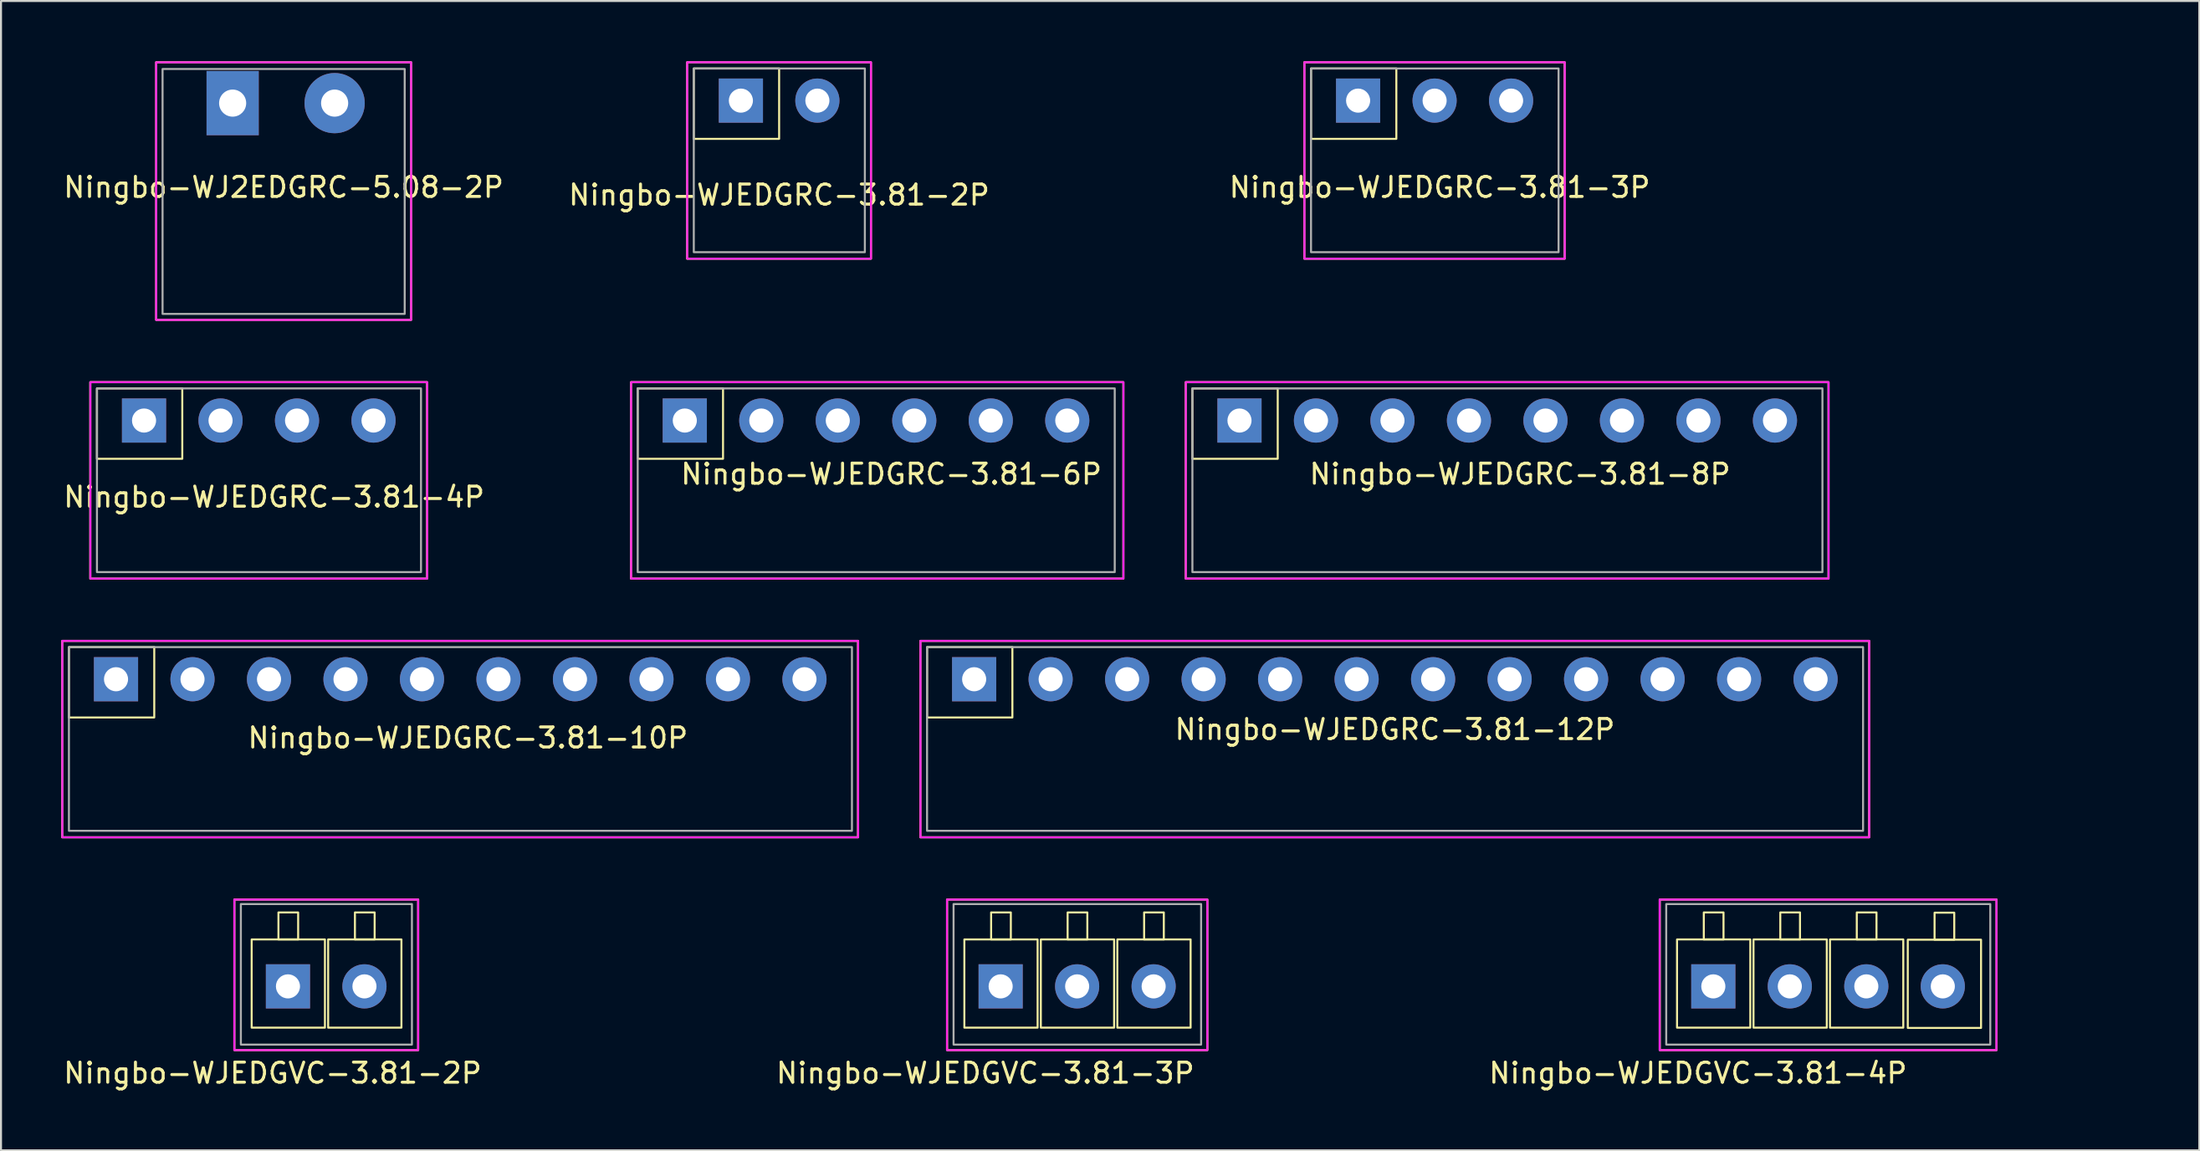
<source format=kicad_pcb>
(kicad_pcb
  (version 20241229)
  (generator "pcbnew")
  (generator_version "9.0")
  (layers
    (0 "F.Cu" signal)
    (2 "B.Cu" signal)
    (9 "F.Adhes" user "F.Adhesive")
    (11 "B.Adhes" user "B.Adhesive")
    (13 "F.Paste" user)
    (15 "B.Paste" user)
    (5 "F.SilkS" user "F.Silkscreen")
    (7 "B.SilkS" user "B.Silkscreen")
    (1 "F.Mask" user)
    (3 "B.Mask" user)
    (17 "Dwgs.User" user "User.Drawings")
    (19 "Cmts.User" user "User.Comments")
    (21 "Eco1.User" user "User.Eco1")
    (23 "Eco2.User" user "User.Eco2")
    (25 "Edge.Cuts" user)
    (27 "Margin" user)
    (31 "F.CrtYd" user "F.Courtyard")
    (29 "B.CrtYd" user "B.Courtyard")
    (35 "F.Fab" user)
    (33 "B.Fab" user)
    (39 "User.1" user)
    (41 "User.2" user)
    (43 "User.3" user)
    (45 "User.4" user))
  (footprint "Ningbo-WJEDGRC-3.81-12P"
    (layer "F.Cu")
    (at 66.424 30.781)
    (property "Reference" "Ningbo-WJEDGRC-3.81-12P" (at 0 2.5 0) (layer "F.SilkS") (effects (font (size 1 1) (thickness 0.15))))
    (attr through_hole)
    (fp_rect (start -23.633 -1.911) (end 23.622 7.874) (stroke (width 0.1) (type default)) (fill no) (layer "F.SilkS"))
    (fp_rect (start -23.3 -1.6) (end -19.05 1.905) (stroke (width 0.1) (type default)) (fill no) (layer "F.SilkS"))
    (fp_rect (start -23.628 -1.911) (end 23.628 7.874) (stroke (width 0.1) (type default)) (fill no) (layer "F.CrtYd"))
    (fp_rect (start -23.3 -1.6) (end 23.32 7.55) (stroke (width 0.1) (type default)) (fill no) (layer "F.Fab"))
    (pad "1" thru_hole rect (at -20.955 0) (size 2.2 2.2) (drill 1.2) (layers "*.Cu" "*.Mask"))
    (pad "2" thru_hole circle (at -17.145 0) (size 2.2 2.2) (drill 1.2) (layers "*.Cu" "*.Mask"))
    (pad "3" thru_hole circle (at -13.335 0) (size 2.2 2.2) (drill 1.2) (layers "*.Cu" "*.Mask"))
    (pad "4" thru_hole circle (at -9.525 0) (size 2.2 2.2) (drill 1.2) (layers "*.Cu" "*.Mask"))
    (pad "5" thru_hole circle (at -5.715 0) (size 2.2 2.2) (drill 1.2) (layers "*.Cu" "*.Mask"))
    (pad "6" thru_hole circle (at -1.905 0) (size 2.2 2.2) (drill 1.2) (layers "*.Cu" "*.Mask"))
    (pad "7" thru_hole circle (at 1.905 0) (size 2.2 2.2) (drill 1.2) (layers "*.Cu" "*.Mask"))
    (pad "8" thru_hole circle (at 5.715 0) (size 2.2 2.2) (drill 1.2) (layers "*.Cu" "*.Mask"))
    (pad "9" thru_hole circle (at 9.525 0) (size 2.2 2.2) (drill 1.2) (layers "*.Cu" "*.Mask"))
    (pad "10" thru_hole circle (at 13.335 0) (size 2.2 2.2) (drill 1.2) (layers "*.Cu" "*.Mask"))
    (pad "11" thru_hole circle (at 17.145 0) (size 2.2 2.2) (drill 1.2) (layers "*.Cu" "*.Mask"))
    (pad "12" thru_hole circle (at 20.955 0) (size 2.2 2.2) (drill 1.2) (layers "*.Cu" "*.Mask")))
  (footprint "Ningbo-WJ2EDGRC-5.08-2P"
    (layer "F.Cu")
    (at 11.077 2.086)
    (property "Reference" "Ningbo-WJ2EDGRC-5.08-2P" (at 0 4.191 0) (layer "F.SilkS") (effects (font (size 1 1) (thickness 0.15))))
    (attr through_hole)
    (fp_rect (start -6.35 -2.036) (end 6.35 10.795) (stroke (width 0.1) (type default)) (fill no) (layer "F.SilkS"))
    (fp_rect (start -6.35 -2.032) (end 6.35 10.799) (stroke (width 0.1) (type default)) (fill no) (layer "F.CrtYd"))
    (fp_rect (start -6.03 -1.7) (end 6.03 10.5) (stroke (width 0.1) (type default)) (fill no) (layer "F.Fab"))
    (pad "1" thru_hole rect (at -2.54 0) (size 2.6 3.2) (drill 1.35) (layers "*.Cu" "*.Mask"))
    (pad "2" thru_hole circle (at 2.54 0) (size 3 3) (drill 1.35) (layers "*.Cu" "*.Mask")))
  (footprint "Ningbo-WJEDGRC-3.81-4P"
    (layer "F.Cu")
    (at 25.079 17.896)
    (property "Reference" "Ningbo-WJEDGRC-3.81-4P" (at -14.478 3.81 0) (layer "F.SilkS") (effects (font (size 1 1) (thickness 0.15))))
    (attr through_hole)
    (fp_rect (start -23.633 -1.911) (end -6.858 7.874) (stroke (width 0.1) (type default)) (fill no) (layer "F.SilkS"))
    (fp_rect (start -23.3 -1.6) (end -19.05 1.905) (stroke (width 0.1) (type default)) (fill no) (layer "F.SilkS"))
    (fp_rect (start -23.628 -1.911) (end -6.853 7.874) (stroke (width 0.1) (type default)) (fill no) (layer "F.CrtYd"))
    (fp_rect (start -23.3 -1.6) (end -7.16 7.55) (stroke (width 0.1) (type default)) (fill no) (layer "F.Fab"))
    (pad "1" thru_hole rect (at -20.955 0) (size 2.2 2.2) (drill 1.2) (layers "*.Cu" "*.Mask"))
    (pad "2" thru_hole circle (at -17.145 0) (size 2.2 2.2) (drill 1.2) (layers "*.Cu" "*.Mask"))
    (pad "3" thru_hole circle (at -13.335 0) (size 2.2 2.2) (drill 1.2) (layers "*.Cu" "*.Mask"))
    (pad "4" thru_hole circle (at -9.525 0) (size 2.2 2.2) (drill 1.2) (layers "*.Cu" "*.Mask")))
  (footprint "Ningbo-WJEDGVC-3.81-4P"
    (layer "F.Cu")
    (at 103.24 46.079)
    (property "Reference" "Ningbo-WJEDGVC-3.81-4P" (at -21.717 4.318 0) (layer "F.SilkS") (effects (font (size 1 1) (thickness 0.15))))
    (attr through_hole)
    (fp_rect (start -23.622 -4.324) (end -6.847 3.175) (stroke (width 0.1) (type default)) (fill no) (layer "F.SilkS"))
    (fp_rect (start -22.762 -2.337) (end -19.113 2.057) (stroke (width 0.1) (type default)) (fill no) (layer "F.SilkS"))
    (fp_rect (start -21.429 -3.683) (end -20.447 -2.337) (stroke (width 0.1) (type default)) (fill no) (layer "F.SilkS"))
    (fp_rect (start -18.953 -2.337) (end -15.303 2.057) (stroke (width 0.1) (type default)) (fill no) (layer "F.SilkS"))
    (fp_rect (start -17.619 -3.683) (end -16.637 -2.337) (stroke (width 0.1) (type default)) (fill no) (layer "F.SilkS"))
    (fp_rect (start -15.143 -2.337) (end -11.493 2.057) (stroke (width 0.1) (type default)) (fill no) (layer "F.SilkS"))
    (fp_rect (start -13.809 -3.683) (end -12.827 -2.337) (stroke (width 0.1) (type default)) (fill no) (layer "F.SilkS"))
    (fp_rect (start -11.269 -2.324) (end -7.62 2.07) (stroke (width 0.1) (type default)) (fill no) (layer "F.SilkS"))
    (fp_rect (start -9.935 -3.67) (end -8.954 -2.324) (stroke (width 0.1) (type default)) (fill no) (layer "F.SilkS"))
    (fp_rect (start -23.628 -4.324) (end -6.853 3.175) (stroke (width 0.1) (type default)) (fill no) (layer "F.CrtYd"))
    (fp_rect (start -23.3 -4.1) (end -7.16 2.9) (stroke (width 0.1) (type default)) (fill no) (layer "F.Fab"))
    (pad "1" thru_hole rect (at -20.955 0) (size 2.2 2.2) (drill 1.2) (layers "*.Cu" "*.Mask"))
    (pad "2" thru_hole circle (at -17.145 0) (size 2.2 2.2) (drill 1.2) (layers "*.Cu" "*.Mask"))
    (pad "3" thru_hole circle (at -13.335 0) (size 2.2 2.2) (drill 1.2) (layers "*.Cu" "*.Mask"))
    (pad "4" thru_hole circle (at -9.525 0) (size 2.2 2.2) (drill 1.2) (layers "*.Cu" "*.Mask")))
  (footprint "Ningbo-WJEDGRC-3.81-6P"
    (layer "F.Cu")
    (at 52.012 17.896)
    (property "Reference" "Ningbo-WJEDGRC-3.81-6P" (at -10.668 2.667 0) (layer "F.SilkS") (effects (font (size 1 1) (thickness 0.15))))
    (attr through_hole)
    (fp_rect (start -23.633 -1.911) (end 0.889 7.874) (stroke (width 0.1) (type default)) (fill no) (layer "F.SilkS"))
    (fp_rect (start -23.3 -1.6) (end -19.05 1.905) (stroke (width 0.1) (type default)) (fill no) (layer "F.SilkS"))
    (fp_rect (start -23.628 -1.911) (end 0.894 7.874) (stroke (width 0.1) (type default)) (fill no) (layer "F.CrtYd"))
    (fp_rect (start -23.3 -1.6) (end 0.46 7.55) (stroke (width 0.1) (type default)) (fill no) (layer "F.Fab"))
    (pad "1" thru_hole rect (at -20.955 0) (size 2.2 2.2) (drill 1.2) (layers "*.Cu" "*.Mask"))
    (pad "2" thru_hole circle (at -17.145 0) (size 2.2 2.2) (drill 1.2) (layers "*.Cu" "*.Mask"))
    (pad "3" thru_hole circle (at -13.335 0) (size 2.2 2.2) (drill 1.2) (layers "*.Cu" "*.Mask"))
    (pad "4" thru_hole circle (at -9.525 0) (size 2.2 2.2) (drill 1.2) (layers "*.Cu" "*.Mask"))
    (pad "5" thru_hole circle (at -5.715 0) (size 2.2 2.2) (drill 1.2) (layers "*.Cu" "*.Mask"))
    (pad "6" thru_hole circle (at -1.905 0) (size 2.2 2.2) (drill 1.2) (layers "*.Cu" "*.Mask")))
  (footprint "Ningbo-WJEDGVC-3.81-3P"
    (layer "F.Cu")
    (at 67.744 46.079)
    (property "Reference" "Ningbo-WJEDGVC-3.81-3P" (at -21.717 4.318 0) (layer "F.SilkS") (effects (font (size 1 1) (thickness 0.15))))
    (attr through_hole)
    (fp_rect (start -23.622 -4.324) (end -10.657 3.175) (stroke (width 0.1) (type default)) (fill no) (layer "F.SilkS"))
    (fp_rect (start -22.762 -2.337) (end -19.113 2.057) (stroke (width 0.1) (type default)) (fill no) (layer "F.SilkS"))
    (fp_rect (start -21.429 -3.683) (end -20.447 -2.337) (stroke (width 0.1) (type default)) (fill no) (layer "F.SilkS"))
    (fp_rect (start -18.953 -2.337) (end -15.303 2.057) (stroke (width 0.1) (type default)) (fill no) (layer "F.SilkS"))
    (fp_rect (start -17.619 -3.683) (end -16.637 -2.337) (stroke (width 0.1) (type default)) (fill no) (layer "F.SilkS"))
    (fp_rect (start -15.143 -2.337) (end -11.493 2.057) (stroke (width 0.1) (type default)) (fill no) (layer "F.SilkS"))
    (fp_rect (start -13.809 -3.683) (end -12.827 -2.337) (stroke (width 0.1) (type default)) (fill no) (layer "F.SilkS"))
    (fp_rect (start -23.628 -4.324) (end -10.662 3.175) (stroke (width 0.1) (type default)) (fill no) (layer "F.CrtYd"))
    (fp_rect (start -23.3 -4.1) (end -10.97 2.9) (stroke (width 0.1) (type default)) (fill no) (layer "F.Fab"))
    (pad "1" thru_hole rect (at -20.955 0) (size 2.2 2.2) (drill 1.2) (layers "*.Cu" "*.Mask"))
    (pad "2" thru_hole circle (at -17.145 0) (size 2.2 2.2) (drill 1.2) (layers "*.Cu" "*.Mask"))
    (pad "3" thru_hole circle (at -13.335 0) (size 2.2 2.2) (drill 1.2) (layers "*.Cu" "*.Mask")))
  (footprint "Ningbo-WJEDGRC-3.81-2P"
    (layer "F.Cu")
    (at 54.806 1.961)
    (property "Reference" "Ningbo-WJEDGRC-3.81-2P" (at -19.05 4.699 0) (layer "F.SilkS") (effects (font (size 1 1) (thickness 0.15))))
    (attr through_hole)
    (fp_rect (start -23.633 -1.911) (end -14.478 7.874) (stroke (width 0.1) (type default)) (fill no) (layer "F.SilkS"))
    (fp_rect (start -23.3 -1.6) (end -19.05 1.905) (stroke (width 0.1) (type default)) (fill no) (layer "F.SilkS"))
    (fp_rect (start -23.628 -1.911) (end -14.473 7.874) (stroke (width 0.1) (type default)) (fill no) (layer "F.CrtYd"))
    (fp_rect (start -23.3 -1.6) (end -14.78 7.55) (stroke (width 0.1) (type default)) (fill no) (layer "F.Fab"))
    (pad "1" thru_hole rect (at -20.955 0) (size 2.2 2.2) (drill 1.2) (layers "*.Cu" "*.Mask"))
    (pad "2" thru_hole circle (at -17.145 0) (size 2.2 2.2) (drill 1.2) (layers "*.Cu" "*.Mask")))
  (footprint "Ningbo-WJEDGRC-3.81-3P"
    (layer "F.Cu")
    (at 85.548 1.961)
    (property "Reference" "Ningbo-WJEDGRC-3.81-3P" (at -16.891 4.318 0) (layer "F.SilkS") (effects (font (size 1 1) (thickness 0.15))))
    (attr through_hole)
    (fp_rect (start -23.633 -1.911) (end -10.668 7.874) (stroke (width 0.1) (type default)) (fill no) (layer "F.SilkS"))
    (fp_rect (start -23.3 -1.6) (end -19.05 1.905) (stroke (width 0.1) (type default)) (fill no) (layer "F.SilkS"))
    (fp_rect (start -23.628 -1.911) (end -10.662 7.874) (stroke (width 0.1) (type default)) (fill no) (layer "F.CrtYd"))
    (fp_rect (start -23.3 -1.6) (end -10.97 7.55) (stroke (width 0.1) (type default)) (fill no) (layer "F.Fab"))
    (pad "1" thru_hole rect (at -20.955 0) (size 2.2 2.2) (drill 1.2) (layers "*.Cu" "*.Mask"))
    (pad "2" thru_hole circle (at -17.145 0) (size 2.2 2.2) (drill 1.2) (layers "*.Cu" "*.Mask"))
    (pad "3" thru_hole circle (at -13.335 0) (size 2.2 2.2) (drill 1.2) (layers "*.Cu" "*.Mask")))
  (footprint "Ningbo-WJEDGRC-3.81-8P"
    (layer "F.Cu")
    (at 79.64 17.896)
    (property "Reference" "Ningbo-WJEDGRC-3.81-8P" (at -6.985 2.667 0) (layer "F.SilkS") (effects (font (size 1 1) (thickness 0.15))))
    (attr through_hole)
    (fp_rect (start -23.633 -1.911) (end 8.382 7.874) (stroke (width 0.1) (type default)) (fill no) (layer "F.SilkS"))
    (fp_rect (start -23.3 -1.6) (end -19.05 1.905) (stroke (width 0.1) (type default)) (fill no) (layer "F.SilkS"))
    (fp_rect (start -23.628 -1.911) (end 8.387 7.874) (stroke (width 0.1) (type default)) (fill no) (layer "F.CrtYd"))
    (fp_rect (start -23.3 -1.6) (end 8.08 7.55) (stroke (width 0.1) (type default)) (fill no) (layer "F.Fab"))
    (pad "1" thru_hole rect (at -20.955 0) (size 2.2 2.2) (drill 1.2) (layers "*.Cu" "*.Mask"))
    (pad "2" thru_hole circle (at -17.145 0) (size 2.2 2.2) (drill 1.2) (layers "*.Cu" "*.Mask"))
    (pad "3" thru_hole circle (at -13.335 0) (size 2.2 2.2) (drill 1.2) (layers "*.Cu" "*.Mask"))
    (pad "4" thru_hole circle (at -9.525 0) (size 2.2 2.2) (drill 1.2) (layers "*.Cu" "*.Mask"))
    (pad "5" thru_hole circle (at -5.715 0) (size 2.2 2.2) (drill 1.2) (layers "*.Cu" "*.Mask"))
    (pad "6" thru_hole circle (at -1.905 0) (size 2.2 2.2) (drill 1.2) (layers "*.Cu" "*.Mask"))
    (pad "7" thru_hole circle (at 1.905 0) (size 2.2 2.2) (drill 1.2) (layers "*.Cu" "*.Mask"))
    (pad "8" thru_hole circle (at 5.715 0) (size 2.2 2.2) (drill 1.2) (layers "*.Cu" "*.Mask")))
  (footprint "Ningbo-WJEDGRC-3.81-10P"
    (layer "F.Cu")
    (at 23.683 30.781)
    (property "Reference" "Ningbo-WJEDGRC-3.81-10P" (at -3.429 2.921 0) (layer "F.SilkS") (effects (font (size 1 1) (thickness 0.15))))
    (attr through_hole)
    (fp_rect (start -23.633 -1.911) (end 16.002 7.874) (stroke (width 0.1) (type default)) (fill no) (layer "F.SilkS"))
    (fp_rect (start -23.3 -1.6) (end -19.05 1.905) (stroke (width 0.1) (type default)) (fill no) (layer "F.SilkS"))
    (fp_rect (start -23.628 -1.911) (end 16.008 7.874) (stroke (width 0.1) (type default)) (fill no) (layer "F.CrtYd"))
    (fp_rect (start -23.3 -1.6) (end 15.7 7.55) (stroke (width 0.1) (type default)) (fill no) (layer "F.Fab"))
    (pad "1" thru_hole rect (at -20.955 0) (size 2.2 2.2) (drill 1.2) (layers "*.Cu" "*.Mask"))
    (pad "2" thru_hole circle (at -17.145 0) (size 2.2 2.2) (drill 1.2) (layers "*.Cu" "*.Mask"))
    (pad "3" thru_hole circle (at -13.335 0) (size 2.2 2.2) (drill 1.2) (layers "*.Cu" "*.Mask"))
    (pad "4" thru_hole circle (at -9.525 0) (size 2.2 2.2) (drill 1.2) (layers "*.Cu" "*.Mask"))
    (pad "5" thru_hole circle (at -5.715 0) (size 2.2 2.2) (drill 1.2) (layers "*.Cu" "*.Mask"))
    (pad "6" thru_hole circle (at -1.905 0) (size 2.2 2.2) (drill 1.2) (layers "*.Cu" "*.Mask"))
    (pad "7" thru_hole circle (at 1.905 0) (size 2.2 2.2) (drill 1.2) (layers "*.Cu" "*.Mask"))
    (pad "8" thru_hole circle (at 5.715 0) (size 2.2 2.2) (drill 1.2) (layers "*.Cu" "*.Mask"))
    (pad "9" thru_hole circle (at 9.525 0) (size 2.2 2.2) (drill 1.2) (layers "*.Cu" "*.Mask"))
    (pad "10" thru_hole circle (at 13.335 0) (size 2.2 2.2) (drill 1.2) (layers "*.Cu" "*.Mask")))
  (footprint "Ningbo-WJEDGVC-3.81-2P"
    (layer "F.Cu")
    (at 32.247 46.079)
    (property "Reference" "Ningbo-WJEDGVC-3.81-2P" (at -21.717 4.318 0) (layer "F.SilkS") (effects (font (size 1 1) (thickness 0.15))))
    (attr through_hole)
    (fp_rect (start -23.622 -4.324) (end -14.467 3.175) (stroke (width 0.1) (type default)) (fill no) (layer "F.SilkS"))
    (fp_rect (start -22.762 -2.337) (end -19.113 2.057) (stroke (width 0.1) (type default)) (fill no) (layer "F.SilkS"))
    (fp_rect (start -21.429 -3.683) (end -20.447 -2.337) (stroke (width 0.1) (type default)) (fill no) (layer "F.SilkS"))
    (fp_rect (start -18.953 -2.337) (end -15.303 2.057) (stroke (width 0.1) (type default)) (fill no) (layer "F.SilkS"))
    (fp_rect (start -17.619 -3.683) (end -16.637 -2.337) (stroke (width 0.1) (type default)) (fill no) (layer "F.SilkS"))
    (fp_rect (start -23.628 -4.324) (end -14.473 3.175) (stroke (width 0.1) (type default)) (fill no) (layer "F.CrtYd"))
    (fp_rect (start -23.3 -4.1) (end -14.78 2.9) (stroke (width 0.1) (type default)) (fill no) (layer "F.Fab"))
    (pad "1" thru_hole rect (at -20.955 0) (size 2.2 2.2) (drill 1.2) (layers "*.Cu" "*.Mask"))
    (pad "2" thru_hole circle (at -17.145 0) (size 2.2 2.2) (drill 1.2) (layers "*.Cu" "*.Mask")))
  (gr_rect
    (start -3 -3)
    (end 106.49 54.245)
    (stroke (width 0.1) (type default))
    (fill no)
    (layer "Edge.Cuts")))
</source>
